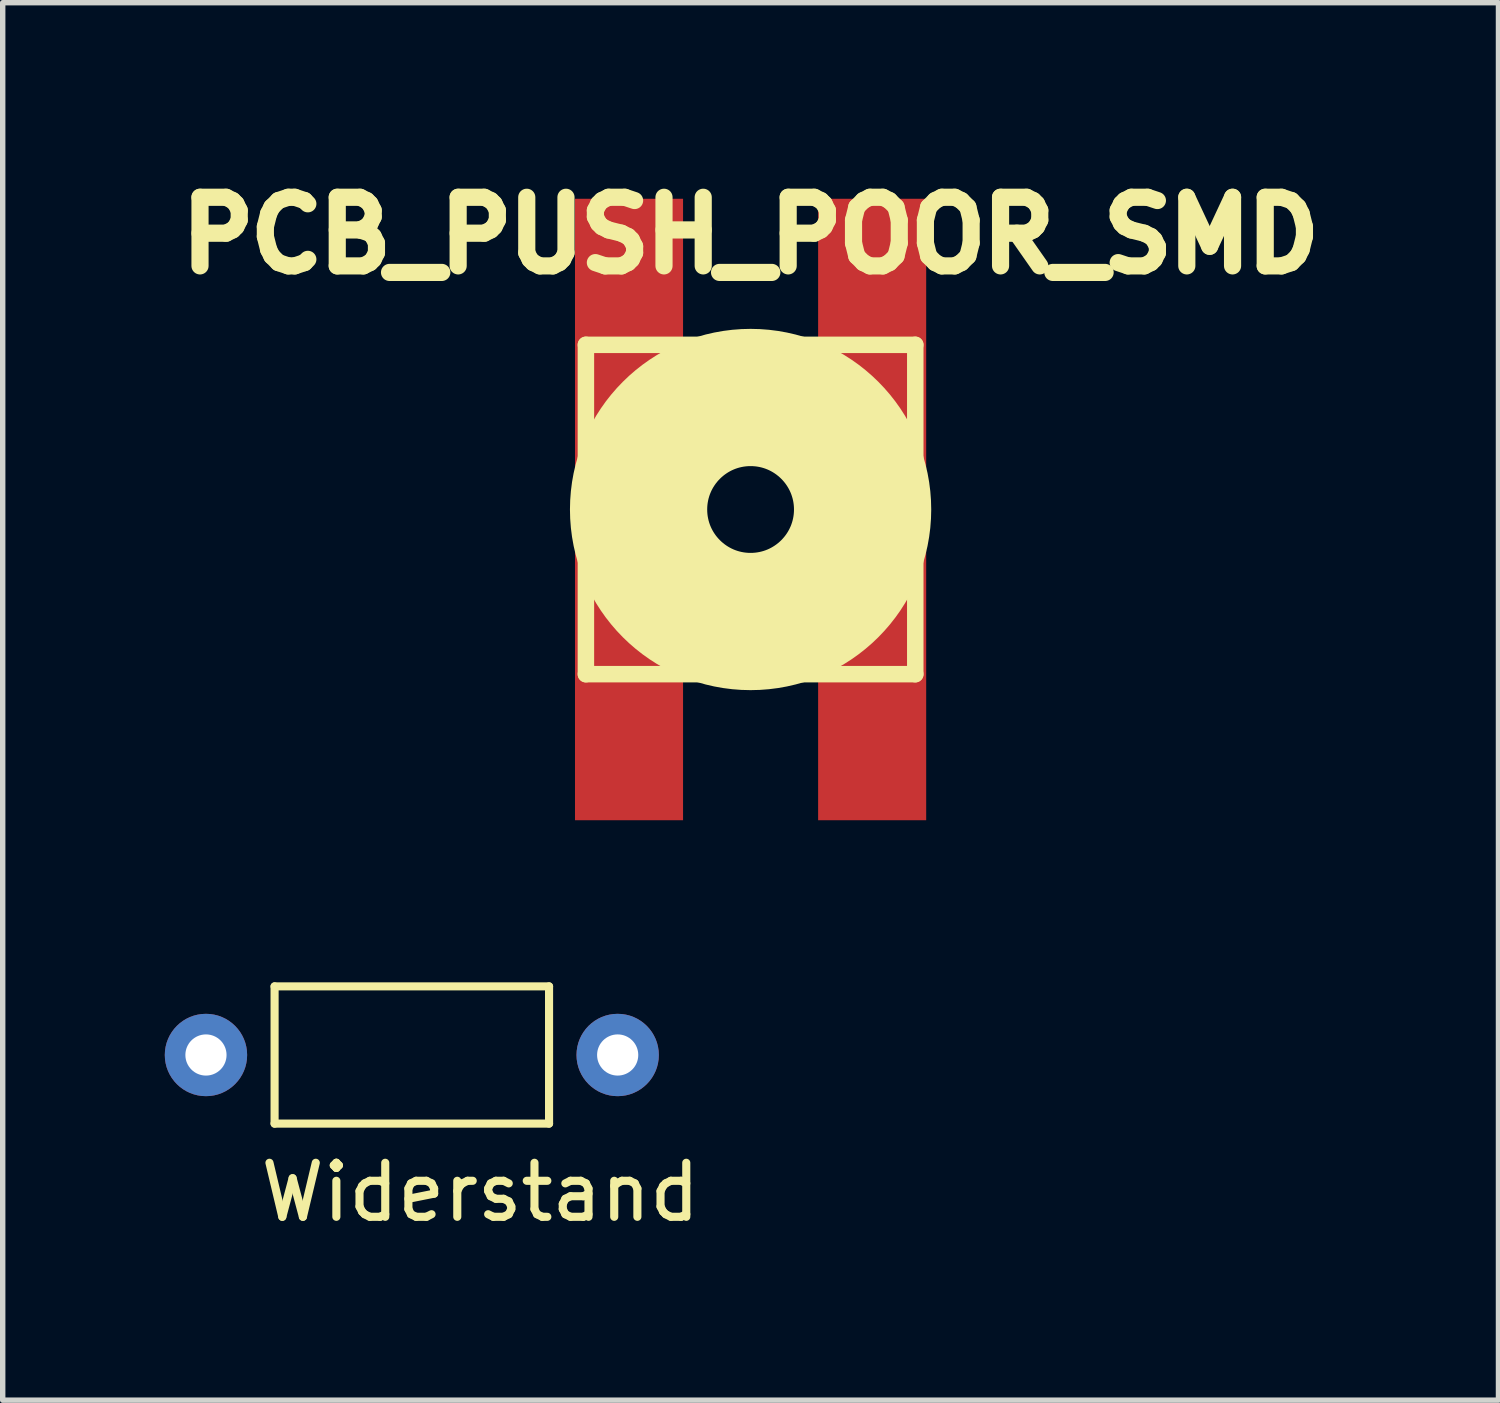
<source format=kicad_pcb>
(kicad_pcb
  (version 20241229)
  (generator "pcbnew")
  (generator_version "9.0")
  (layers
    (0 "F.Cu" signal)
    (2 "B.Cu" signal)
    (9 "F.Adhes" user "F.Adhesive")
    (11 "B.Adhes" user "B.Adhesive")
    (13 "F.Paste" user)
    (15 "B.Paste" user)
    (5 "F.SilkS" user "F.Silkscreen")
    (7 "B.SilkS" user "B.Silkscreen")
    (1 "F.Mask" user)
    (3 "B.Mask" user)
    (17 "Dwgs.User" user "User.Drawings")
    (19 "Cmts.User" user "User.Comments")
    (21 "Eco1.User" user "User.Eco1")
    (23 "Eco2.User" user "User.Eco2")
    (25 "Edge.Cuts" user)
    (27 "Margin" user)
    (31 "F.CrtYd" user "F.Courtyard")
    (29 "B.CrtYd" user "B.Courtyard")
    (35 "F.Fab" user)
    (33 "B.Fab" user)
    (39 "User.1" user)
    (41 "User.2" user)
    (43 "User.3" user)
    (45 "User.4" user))
  (footprint "Widerstand"
    (layer "F.Cu")
    (at 0.762 16.476)
    (property "Reference" "Widerstand" (at 5.08 2.54 0) (layer "F.SilkS") (effects (font (size 1 1) (thickness 0.15))))
    (attr through_hole)
    (fp_line (start 1.27 -1.27) (end 1.27 1.27) (stroke (width 0.15) (type solid)) (layer "F.SilkS"))
    (fp_line (start 1.27 1.27) (end 6.35 1.27) (stroke (width 0.15) (type solid)) (layer "F.SilkS"))
    (fp_line (start 6.35 -1.27) (end 1.27 -1.27) (stroke (width 0.15) (type solid)) (layer "F.SilkS"))
    (fp_line (start 6.35 1.27) (end 6.35 -1.27) (stroke (width 0.15) (type solid)) (layer "F.SilkS"))
    (pad "1" thru_hole circle (at 0 0) (size 1.524 1.524) (drill 0.762) (layers "*.Cu" "*.Mask"))
    (pad "2" thru_hole circle (at 7.62 0) (size 1.524 1.524) (drill 0.762) (layers "*.Cu" "*.Mask")))
  (footprint "PCB_PUSH_POOR_SMD"
    (layer "F.Cu")
    (at 10.842 6.38)
    (property "Reference" "PCB_PUSH_POOR_SMD" (at 0 -5.08 0) (layer "F.SilkS") (effects (font (size 1.27 1.27) (thickness 0.318))))
    (attr through_hole)
    (fp_line (start -3.048 -3.048) (end 3.048 -3.048) (stroke (width 0.305) (type solid)) (layer "F.SilkS"))
    (fp_line (start -3.048 3.048) (end -3.048 -3.048) (stroke (width 0.305) (type solid)) (layer "F.SilkS"))
    (fp_line (start 3.048 -3.048) (end 3.048 3.048) (stroke (width 0.305) (type solid)) (layer "F.SilkS"))
    (fp_line (start 3.048 3.048) (end -3.048 3.048) (stroke (width 0.305) (type solid)) (layer "F.SilkS"))
    (fp_circle (center 0 0) (end -0.762 0.254) (stroke (width 2.54) (type solid)) (fill no) (layer "F.SilkS"))
    (pad "1" smd rect (at -2.25 3.251) (size 2 5) (layers "F.Cu" "F.Mask" "F.Paste"))
    (pad "2" smd rect (at 2.25 3.251) (size 2 5) (layers "F.Cu" "F.Mask" "F.Paste"))
    (pad "3" smd rect (at 2.25 -3.251) (size 2 5) (layers "F.Cu" "F.Mask" "F.Paste"))
    (pad "4" smd rect (at -2.25 -3.251) (size 2 5) (layers "F.Cu" "F.Mask" "F.Paste")))
  (gr_rect
    (start -3 -3)
    (end 24.684 22.865)
    (stroke (width 0.1) (type default))
    (fill no)
    (layer "Edge.Cuts")))
</source>
